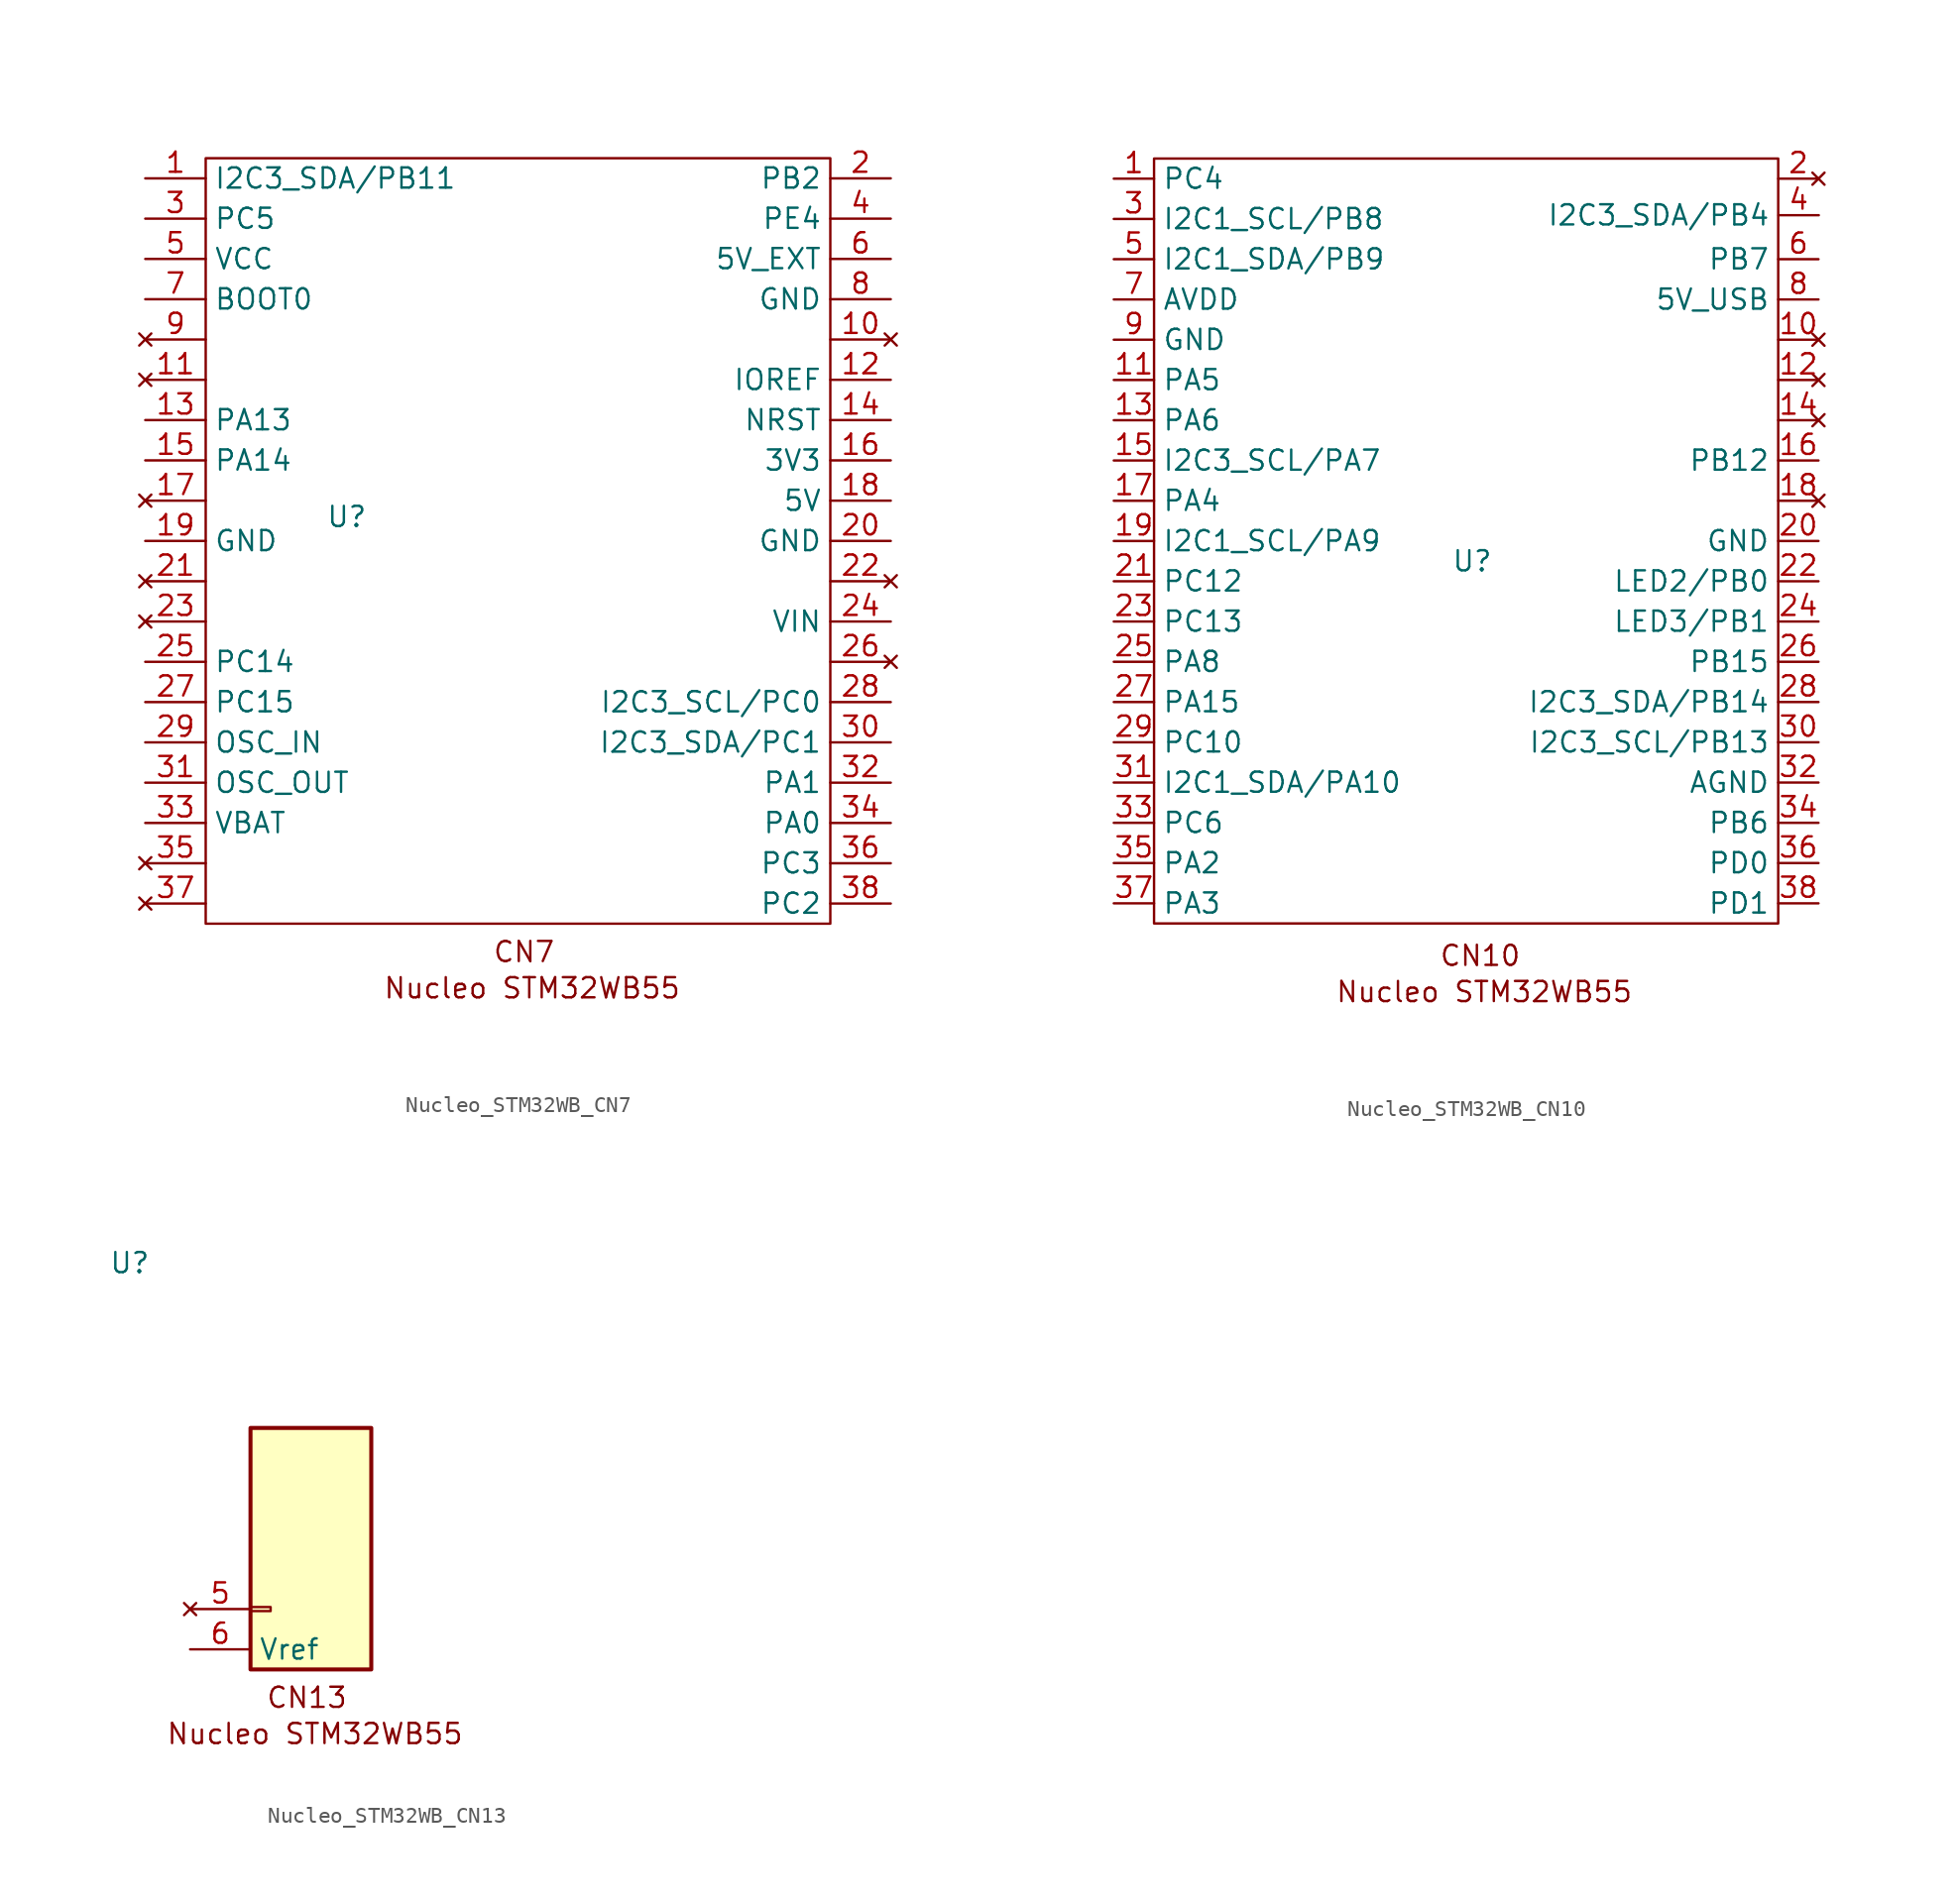
<source format=kicad_sym>
(kicad_symbol_lib
  (version 20231120)
  (generator "kicad_symbol_editor")
  (generator_version "8.0")
  (symbol "Nucleo_STM32WB_CN7"
    (property "Reference" "U"
      (at -11.43 0.254 0)
      (effects (font (size 1.27 1.27))))
    (property "Value" ""
      (at 21.59 -5.08 0)
      (effects (font (size 1.27 1.27))))
    (symbol "Nucleo_STM32WB_CN7_0_1"
      (rectangle (start -20.32 22.86) (end 19.05 -25.4) (stroke (width 0) (type default)) (fill (type none))))
    (symbol "Nucleo_STM32WB_CN7_1_1"
      (text "CN7" (at -0.254 -27.178 0) (effects (font (size 1.27 1.27))))
      (text "Nucleo STM32WB55" (at 0.254 -29.464 0) (effects (font (size 1.27 1.27))))
      (pin passive line (at -24.13 21.59 0) (length 3.81) (name "I2C3_SDA/PB11" (effects (font (size 1.27 1.27)))) (number "1" (effects (font (size 1.27 1.27)))))
      (pin no_connect line (at 22.86 11.43 180) (length 3.81) (name "" (effects (font (size 1.27 1.27)))) (number "10" (effects (font (size 1.27 1.27)))))
      (pin no_connect line (at -24.13 8.89 0) (length 3.81) (name "" (effects (font (size 1.27 1.27)))) (number "11" (effects (font (size 1.27 1.27)))))
      (pin passive line (at 22.86 8.89 180) (length 3.81) (name "IOREF" (effects (font (size 1.27 1.27)))) (number "12" (effects (font (size 1.27 1.27)))))
      (pin passive line (at -24.13 6.35 0) (length 3.81) (name "PA13" (effects (font (size 1.27 1.27)))) (number "13" (effects (font (size 1.27 1.27)))))
      (pin passive line (at 22.86 6.35 180) (length 3.81) (name "NRST" (effects (font (size 1.27 1.27)))) (number "14" (effects (font (size 1.27 1.27)))))
      (pin passive line (at -24.13 3.81 0) (length 3.81) (name "PA14" (effects (font (size 1.27 1.27)))) (number "15" (effects (font (size 1.27 1.27)))))
      (pin passive line (at 22.86 3.81 180) (length 3.81) (name "3V3" (effects (font (size 1.27 1.27)))) (number "16" (effects (font (size 1.27 1.27)))))
      (pin no_connect line (at -24.13 1.27 0) (length 3.81) (name "" (effects (font (size 1.27 1.27)))) (number "17" (effects (font (size 1.27 1.27)))))
      (pin passive line (at 22.86 1.27 180) (length 3.81) (name "5V" (effects (font (size 1.27 1.27)))) (number "18" (effects (font (size 1.27 1.27)))))
      (pin passive line (at -24.13 -1.27 0) (length 3.81) (name "GND" (effects (font (size 1.27 1.27)))) (number "19" (effects (font (size 1.27 1.27)))))
      (pin passive line (at 22.86 21.59 180) (length 3.81) (name "PB2" (effects (font (size 1.27 1.27)))) (number "2" (effects (font (size 1.27 1.27)))))
      (pin passive line (at 22.86 -1.27 180) (length 3.81) (name "GND" (effects (font (size 1.27 1.27)))) (number "20" (effects (font (size 1.27 1.27)))))
      (pin no_connect line (at -24.13 -3.81 0) (length 3.81) (name "" (effects (font (size 1.27 1.27)))) (number "21" (effects (font (size 1.27 1.27)))))
      (pin no_connect line (at 22.86 -3.81 180) (length 3.81) (name "" (effects (font (size 1.27 1.27)))) (number "22" (effects (font (size 1.27 1.27)))))
      (pin no_connect line (at -24.13 -6.35 0) (length 3.81) (name "" (effects (font (size 1.27 1.27)))) (number "23" (effects (font (size 1.27 1.27)))))
      (pin passive line (at 22.86 -6.35 180) (length 3.81) (name "VIN" (effects (font (size 1.27 1.27)))) (number "24" (effects (font (size 1.27 1.27)))))
      (pin passive line (at -24.13 -8.89 0) (length 3.81) (name "PC14" (effects (font (size 1.27 1.27)))) (number "25" (effects (font (size 1.27 1.27)))))
      (pin no_connect line (at 22.86 -8.89 180) (length 3.81) (name "" (effects (font (size 1.27 1.27)))) (number "26" (effects (font (size 1.27 1.27)))))
      (pin passive line (at -24.13 -11.43 0) (length 3.81) (name "PC15" (effects (font (size 1.27 1.27)))) (number "27" (effects (font (size 1.27 1.27)))))
      (pin passive line (at 22.86 -11.43 180) (length 3.81) (name "I2C3_SCL/PC0" (effects (font (size 1.27 1.27)))) (number "28" (effects (font (size 1.27 1.27)))))
      (pin passive line (at -24.13 -13.97 0) (length 3.81) (name "OSC_IN" (effects (font (size 1.27 1.27)))) (number "29" (effects (font (size 1.27 1.27)))))
      (pin passive line (at -24.13 19.05 0) (length 3.81) (name "PC5" (effects (font (size 1.27 1.27)))) (number "3" (effects (font (size 1.27 1.27)))))
      (pin passive line (at 22.86 -13.97 180) (length 3.81) (name "I2C3_SDA/PC1" (effects (font (size 1.27 1.27)))) (number "30" (effects (font (size 1.27 1.27)))))
      (pin passive line (at -24.13 -16.51 0) (length 3.81) (name "OSC_OUT" (effects (font (size 1.27 1.27)))) (number "31" (effects (font (size 1.27 1.27)))))
      (pin passive line (at 22.86 -16.51 180) (length 3.81) (name "PA1" (effects (font (size 1.27 1.27)))) (number "32" (effects (font (size 1.27 1.27)))))
      (pin passive line (at -24.13 -19.05 0) (length 3.81) (name "VBAT" (effects (font (size 1.27 1.27)))) (number "33" (effects (font (size 1.27 1.27)))))
      (pin passive line (at 22.86 -19.05 180) (length 3.81) (name "PA0" (effects (font (size 1.27 1.27)))) (number "34" (effects (font (size 1.27 1.27)))))
      (pin no_connect line (at -24.13 -21.59 0) (length 3.81) (name "" (effects (font (size 1.27 1.27)))) (number "35" (effects (font (size 1.27 1.27)))))
      (pin passive line (at 22.86 -21.59 180) (length 3.81) (name "PC3" (effects (font (size 1.27 1.27)))) (number "36" (effects (font (size 1.27 1.27)))))
      (pin no_connect line (at -24.13 -24.13 0) (length 3.81) (name "" (effects (font (size 1.27 1.27)))) (number "37" (effects (font (size 1.27 1.27)))))
      (pin passive line (at 22.86 -24.13 180) (length 3.81) (name "PC2" (effects (font (size 1.27 1.27)))) (number "38" (effects (font (size 1.27 1.27)))))
      (pin passive line (at 22.86 19.05 180) (length 3.81) (name "PE4" (effects (font (size 1.27 1.27)))) (number "4" (effects (font (size 1.27 1.27)))))
      (pin passive line (at -24.13 16.51 0) (length 3.81) (name "VCC" (effects (font (size 1.27 1.27)))) (number "5" (effects (font (size 1.27 1.27)))))
      (pin passive line (at 22.86 16.51 180) (length 3.81) (name "5V_EXT" (effects (font (size 1.27 1.27)))) (number "6" (effects (font (size 1.27 1.27)))))
      (pin passive line (at -24.13 13.97 0) (length 3.81) (name "BOOT0" (effects (font (size 1.27 1.27)))) (number "7" (effects (font (size 1.27 1.27)))))
      (pin passive line (at 22.86 13.97 180) (length 3.81) (name "GND" (effects (font (size 1.27 1.27)))) (number "8" (effects (font (size 1.27 1.27)))))
      (pin no_connect line (at -24.13 11.43 0) (length 3.81) (name "" (effects (font (size 1.27 1.27)))) (number "9" (effects (font (size 1.27 1.27)))))))
  (symbol "Nucleo_STM32WB_CN10"
    (property "Reference" "U"
      (at -0.254 -3.81 0)
      (effects (font (size 1.27 1.27))))
    (property "Value" ""
      (at -22.86 -8.89 0)
      (effects (font (size 1.27 1.27))))
    (symbol "Nucleo_STM32WB_CN10_0_1"
      (rectangle (start -20.32 21.59) (end 19.05 -26.67) (stroke (width 0) (type default)) (fill (type none))))
    (symbol "Nucleo_STM32WB_CN10_1_1"
      (text "CN10" (at 0.254 -28.702 0) (effects (font (size 1.27 1.27))))
      (text "Nucleo STM32WB55" (at 0.508 -30.988 0) (effects (font (size 1.27 1.27))))
      (pin bidirectional line (at -22.86 20.32 0) (length 2.54) (name "PC4" (effects (font (size 1.27 1.27)))) (number "1" (effects (font (size 1.27 1.27)))))
      (pin no_connect line (at 21.59 10.16 180) (length 2.54) (name "" (effects (font (size 1.27 1.27)))) (number "10" (effects (font (size 1.27 1.27)))))
      (pin bidirectional line (at -22.86 7.62 0) (length 2.54) (name "PA5" (effects (font (size 1.27 1.27)))) (number "11" (effects (font (size 1.27 1.27)))))
      (pin no_connect line (at 21.59 7.62 180) (length 2.54) (name "" (effects (font (size 1.27 1.27)))) (number "12" (effects (font (size 1.27 1.27)))))
      (pin bidirectional line (at -22.86 5.08 0) (length 2.54) (name "PA6" (effects (font (size 1.27 1.27)))) (number "13" (effects (font (size 1.27 1.27)))))
      (pin no_connect line (at 21.59 5.08 180) (length 2.54) (name "" (effects (font (size 1.27 1.27)))) (number "14" (effects (font (size 1.27 1.27)))))
      (pin bidirectional line (at -22.86 2.54 0) (length 2.54) (name "I2C3_SCL/PA7" (effects (font (size 1.27 1.27)))) (number "15" (effects (font (size 1.27 1.27)))))
      (pin bidirectional line (at 21.59 2.54 180) (length 2.54) (name "PB12" (effects (font (size 1.27 1.27)))) (number "16" (effects (font (size 1.27 1.27)))))
      (pin bidirectional line (at -22.86 0 0) (length 2.54) (name "PA4" (effects (font (size 1.27 1.27)))) (number "17" (effects (font (size 1.27 1.27)))))
      (pin no_connect line (at 21.59 0 180) (length 2.54) (name "" (effects (font (size 1.27 1.27)))) (number "18" (effects (font (size 1.27 1.27)))))
      (pin bidirectional line (at -22.86 -2.54 0) (length 2.54) (name "I2C1_SCL/PA9" (effects (font (size 1.27 1.27)))) (number "19" (effects (font (size 1.27 1.27)))))
      (pin no_connect line (at 21.59 20.32 180) (length 2.54) (name "" (effects (font (size 1.27 1.27)))) (number "2" (effects (font (size 1.27 1.27)))))
      (pin bidirectional line (at 21.59 -2.54 180) (length 2.54) (name "GND" (effects (font (size 1.27 1.27)))) (number "20" (effects (font (size 1.27 1.27)))))
      (pin bidirectional line (at -22.86 -5.08 0) (length 2.54) (name "PC12" (effects (font (size 1.27 1.27)))) (number "21" (effects (font (size 1.27 1.27)))))
      (pin bidirectional line (at 21.59 -5.08 180) (length 2.54) (name "LED2/PB0" (effects (font (size 1.27 1.27)))) (number "22" (effects (font (size 1.27 1.27)))))
      (pin bidirectional line (at -22.86 -7.62 0) (length 2.54) (name "PC13" (effects (font (size 1.27 1.27)))) (number "23" (effects (font (size 1.27 1.27)))))
      (pin bidirectional line (at 21.59 -7.62 180) (length 2.54) (name "LED3/PB1" (effects (font (size 1.27 1.27)))) (number "24" (effects (font (size 1.27 1.27)))))
      (pin bidirectional line (at -22.86 -10.16 0) (length 2.54) (name "PA8" (effects (font (size 1.27 1.27)))) (number "25" (effects (font (size 1.27 1.27)))))
      (pin bidirectional line (at 21.59 -10.16 180) (length 2.54) (name "PB15" (effects (font (size 1.27 1.27)))) (number "26" (effects (font (size 1.27 1.27)))))
      (pin bidirectional line (at -22.86 -12.7 0) (length 2.54) (name "PA15" (effects (font (size 1.27 1.27)))) (number "27" (effects (font (size 1.27 1.27)))))
      (pin bidirectional line (at 21.59 -12.7 180) (length 2.54) (name "I2C3_SDA/PB14" (effects (font (size 1.27 1.27)))) (number "28" (effects (font (size 1.27 1.27)))))
      (pin bidirectional line (at -22.86 -15.24 0) (length 2.54) (name "PC10" (effects (font (size 1.27 1.27)))) (number "29" (effects (font (size 1.27 1.27)))))
      (pin bidirectional line (at -22.86 17.78 0) (length 2.54) (name "I2C1_SCL/PB8" (effects (font (size 1.27 1.27)))) (number "3" (effects (font (size 1.27 1.27)))))
      (pin bidirectional line (at 21.59 -15.24 180) (length 2.54) (name "I2C3_SCL/PB13" (effects (font (size 1.27 1.27)))) (number "30" (effects (font (size 1.27 1.27)))))
      (pin bidirectional line (at -22.86 -17.78 0) (length 2.54) (name "I2C1_SDA/PA10" (effects (font (size 1.27 1.27)))) (number "31" (effects (font (size 1.27 1.27)))))
      (pin bidirectional line (at 21.59 -17.78 180) (length 2.54) (name "AGND" (effects (font (size 1.27 1.27)))) (number "32" (effects (font (size 1.27 1.27)))))
      (pin bidirectional line (at -22.86 -20.32 0) (length 2.54) (name "PC6" (effects (font (size 1.27 1.27)))) (number "33" (effects (font (size 1.27 1.27)))))
      (pin bidirectional line (at 21.59 -20.32 180) (length 2.54) (name "PB6" (effects (font (size 1.27 1.27)))) (number "34" (effects (font (size 1.27 1.27)))))
      (pin bidirectional line (at -22.86 -22.86 0) (length 2.54) (name "PA2" (effects (font (size 1.27 1.27)))) (number "35" (effects (font (size 1.27 1.27)))))
      (pin bidirectional line (at 21.59 -22.86 180) (length 2.54) (name "PD0" (effects (font (size 1.27 1.27)))) (number "36" (effects (font (size 1.27 1.27)))))
      (pin bidirectional line (at -22.86 -25.4 0) (length 2.54) (name "PA3" (effects (font (size 1.27 1.27)))) (number "37" (effects (font (size 1.27 1.27)))))
      (pin bidirectional line (at 21.59 -25.4 180) (length 2.54) (name "PD1" (effects (font (size 1.27 1.27)))) (number "38" (effects (font (size 1.27 1.27)))))
      (pin bidirectional line (at 21.609 18.015 180) (length 2.54) (name "I2C3_SDA/PB4" (effects (font (size 1.27 1.27)))) (number "4" (effects (font (size 1.27 1.27)))))
      (pin bidirectional line (at -22.86 15.24 0) (length 2.54) (name "I2C1_SDA/PB9" (effects (font (size 1.27 1.27)))) (number "5" (effects (font (size 1.27 1.27)))))
      (pin bidirectional line (at 21.59 15.24 180) (length 2.54) (name "PB7" (effects (font (size 1.27 1.27)))) (number "6" (effects (font (size 1.27 1.27)))))
      (pin bidirectional line (at -22.86 12.7 0) (length 2.54) (name "AVDD" (effects (font (size 1.27 1.27)))) (number "7" (effects (font (size 1.27 1.27)))))
      (pin bidirectional line (at 21.59 12.7 180) (length 2.54) (name "5V_USB" (effects (font (size 1.27 1.27)))) (number "8" (effects (font (size 1.27 1.27)))))
      (pin bidirectional line (at -22.86 10.16 0) (length 2.54) (name "GND" (effects (font (size 1.27 1.27)))) (number "9" (effects (font (size 1.27 1.27)))))))
  (symbol "Nucleo_STM32WB_CN13"
    (property "Reference" "U"
      (at -11.43 0.254 0)
      (effects (font (size 1.27 1.27))))
    (property "Value" ""
      (at 21.59 -5.08 0)
      (effects (font (size 1.27 1.27))))
    (symbol "Nucleo_STM32WB_CN13_1_1"
      (rectangle (start -3.81 -21.463) (end -2.54 -21.717) (stroke (width 0.152) (type default)) (fill (type none)))
      (rectangle (start -3.81 -10.16) (end 3.81 -25.4) (stroke (width 0.254) (type default)) (fill (type background)))
      (text "CN13" (at -0.254 -27.178 0) (effects (font (size 1.27 1.27))))
      (text "Nucleo STM32WB55" (at 0.254 -29.464 0) (effects (font (size 1.27 1.27))))
      (pin no_connect line (at -7.62 -21.59 0) (length 3.81) (name "" (effects (font (size 1.27 1.27)))) (number "5" (effects (font (size 1.27 1.27)))))
      (pin passive line (at -7.62 -24.13 0) (length 3.81) (name "Vref" (effects (font (size 1.27 1.27)))) (number "6" (effects (font (size 1.27 1.27))))))))
</source>
